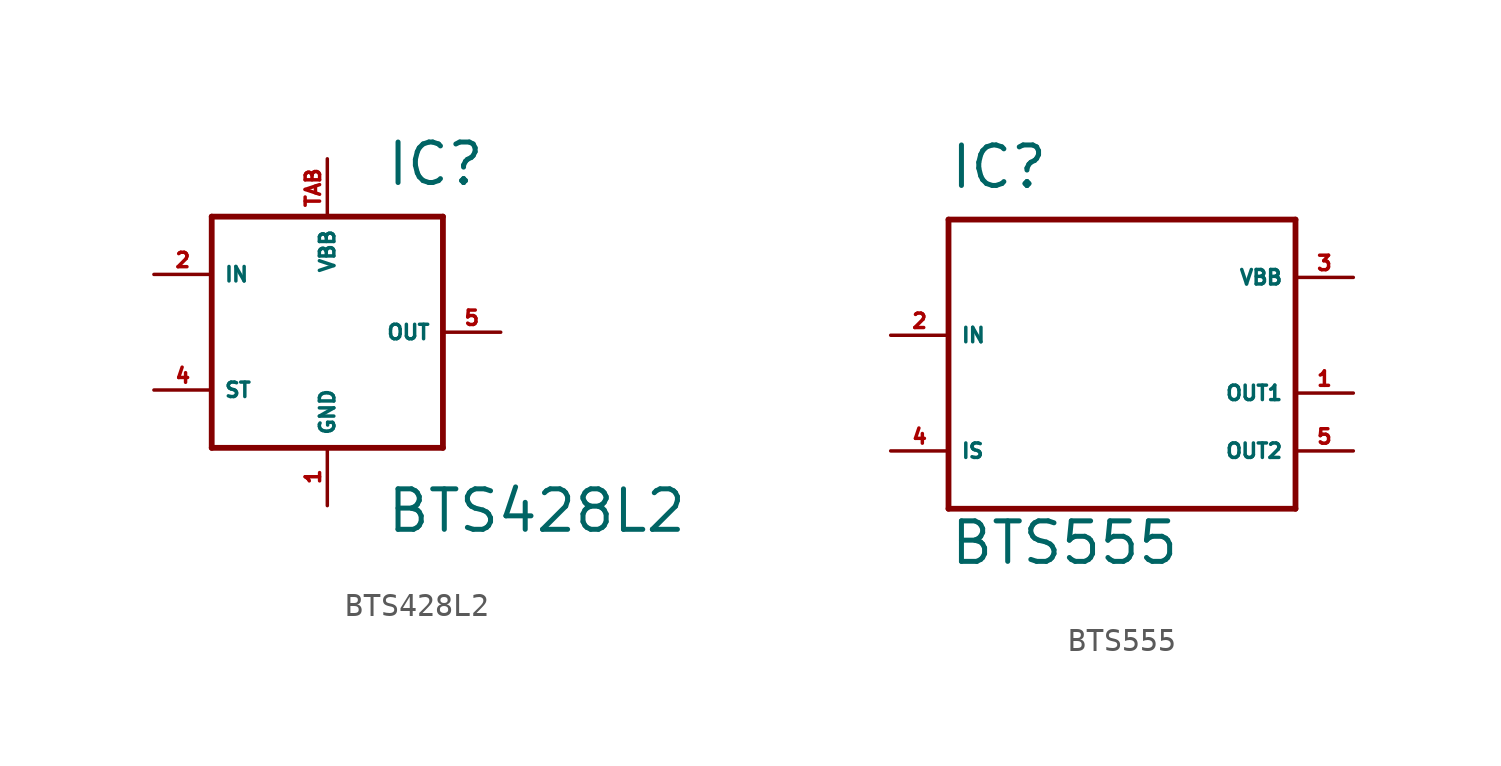
<source format=kicad_sym>
(kicad_symbol_lib
  (version 20220914)
  (generator Eagle2Kicad)
  (symbol "BTS428L2"
    (property "Reference" "IC"
      (at 2.54 6.35 0)
      (effects (font (size 1.778 1.778) (thickness 0.22)) (justify left bottom)))
    (property "Value" "BTS428L2"
      (at 2.54 -8.89 0)
      (effects (font (size 1.778 1.778) (thickness 0.22)) (justify left bottom)))
    (polyline
      (pts (xy -5.08 5.08) (xy 5.08 5.08))
      (stroke (width 0.254) (type default))
      (fill (type none)))
    (polyline
      (pts (xy 5.08 5.08) (xy 5.08 -5.08))
      (stroke (width 0.254) (type default))
      (fill (type none)))
    (polyline
      (pts (xy 5.08 -5.08) (xy -5.08 -5.08))
      (stroke (width 0.254) (type default))
      (fill (type none)))
    (polyline
      (pts (xy -5.08 -5.08) (xy -5.08 5.08))
      (stroke (width 0.254) (type default))
      (fill (type none)))
    (pin input line
      (at -7.62 2.54 0)
      (length 2.54)
      (name "IN" (effects (font (size 0.635 0.635) (thickness 0.08)) (justify left bottom)))
      (number "2" (effects (font (size 0.635 0.635) (thickness 0.08)) (justify left bottom))))
    (pin input line
      (at -7.62 -2.54 0)
      (length 2.54)
      (name "ST" (effects (font (size 0.635 0.635) (thickness 0.08)) (justify left bottom)))
      (number "4" (effects (font (size 0.635 0.635) (thickness 0.08)) (justify left bottom))))
    (pin unspecified line
      (at 0 -7.62 90)
      (length 2.54)
      (name "GND" (effects (font (size 0.635 0.635) (thickness 0.08)) (justify left bottom)))
      (number "1" (effects (font (size 0.635 0.635) (thickness 0.08)) (justify left bottom))))
    (pin unspecified line
      (at 0 7.62 270)
      (length 2.54)
      (name "VBB" (effects (font (size 0.635 0.635) (thickness 0.08)) (justify left bottom)))
      (number "TAB" (effects (font (size 0.635 0.635) (thickness 0.08)) (justify left bottom))))
    (pin output line
      (at 7.62 0 180)
      (length 2.54)
      (name "OUT" (effects (font (size 0.635 0.635) (thickness 0.08)) (justify left bottom)))
      (number "5" (effects (font (size 0.635 0.635) (thickness 0.08)) (justify left bottom)))))
  (symbol "BTS555"
    (property "Reference" "IC"
      (at -7.62 6.35 0)
      (effects (font (size 1.778 1.778) (thickness 0.22)) (justify left bottom)))
    (property "Value" "BTS555"
      (at -7.62 -10.16 0)
      (effects (font (size 1.778 1.778) (thickness 0.22)) (justify left bottom)))
    (polyline
      (pts (xy -7.62 5.08) (xy 7.62 5.08))
      (stroke (width 0.254) (type default))
      (fill (type none)))
    (polyline
      (pts (xy 7.62 5.08) (xy 7.62 -7.62))
      (stroke (width 0.254) (type default))
      (fill (type none)))
    (polyline
      (pts (xy 7.62 -7.62) (xy -7.62 -7.62))
      (stroke (width 0.254) (type default))
      (fill (type none)))
    (polyline
      (pts (xy -7.62 -7.62) (xy -7.62 5.08))
      (stroke (width 0.254) (type default))
      (fill (type none)))
    (pin input line
      (at -10.16 0 0)
      (length 2.54)
      (name "IN" (effects (font (size 0.635 0.635) (thickness 0.08)) (justify left bottom)))
      (number "2" (effects (font (size 0.635 0.635) (thickness 0.08)) (justify left bottom))))
    (pin passive line
      (at -10.16 -5.08 0)
      (length 2.54)
      (name "IS" (effects (font (size 0.635 0.635) (thickness 0.08)) (justify left bottom)))
      (number "4" (effects (font (size 0.635 0.635) (thickness 0.08)) (justify left bottom))))
    (pin passive line
      (at 10.16 2.54 180)
      (length 2.54)
      (name "VBB" (effects (font (size 0.635 0.635) (thickness 0.08)) (justify left bottom)))
      (number "3" (effects (font (size 0.635 0.635) (thickness 0.08)) (justify left bottom))))
    (pin passive line
      (at 10.16 -2.54 180)
      (length 2.54)
      (name "OUT1" (effects (font (size 0.635 0.635) (thickness 0.08)) (justify left bottom)))
      (number "1" (effects (font (size 0.635 0.635) (thickness 0.08)) (justify left bottom))))
    (pin passive line
      (at 10.16 -5.08 180)
      (length 2.54)
      (name "OUT2" (effects (font (size 0.635 0.635) (thickness 0.08)) (justify left bottom)))
      (number "5" (effects (font (size 0.635 0.635) (thickness 0.08)) (justify left bottom))))))
</source>
